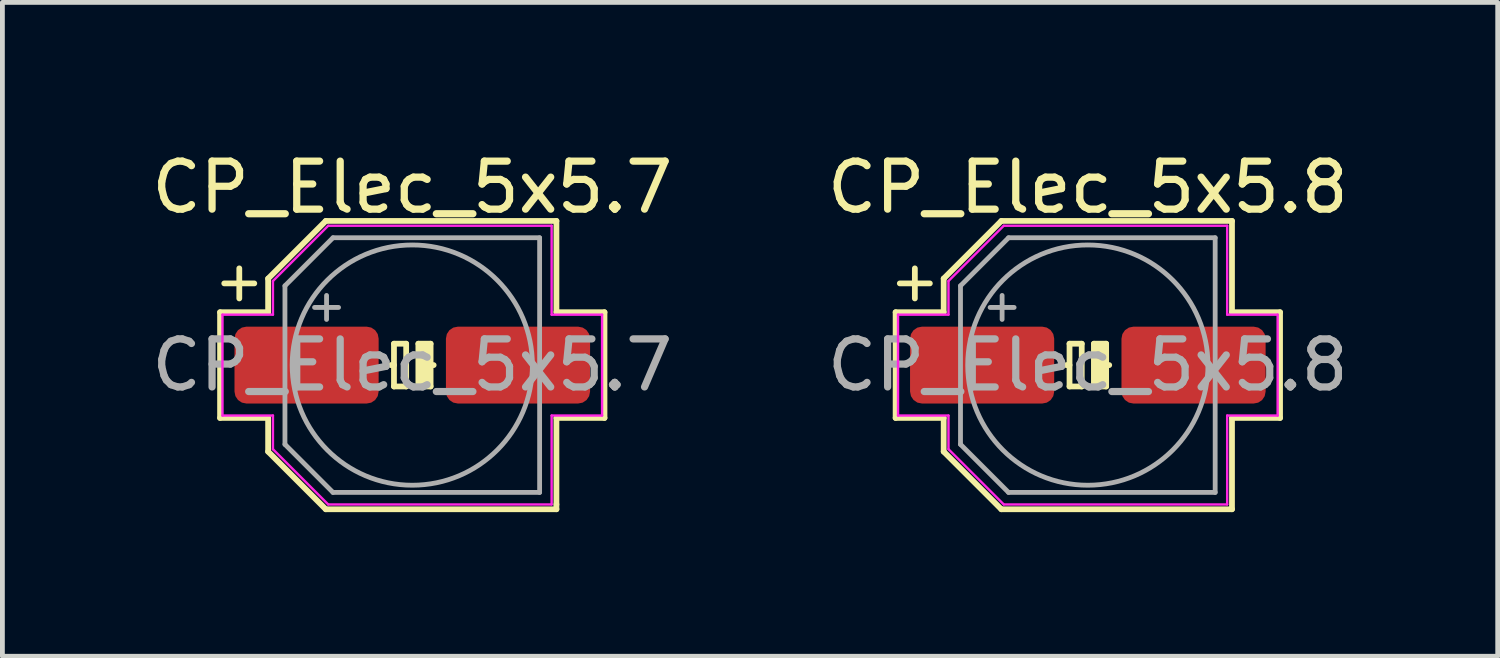
<source format=kicad_pcb>
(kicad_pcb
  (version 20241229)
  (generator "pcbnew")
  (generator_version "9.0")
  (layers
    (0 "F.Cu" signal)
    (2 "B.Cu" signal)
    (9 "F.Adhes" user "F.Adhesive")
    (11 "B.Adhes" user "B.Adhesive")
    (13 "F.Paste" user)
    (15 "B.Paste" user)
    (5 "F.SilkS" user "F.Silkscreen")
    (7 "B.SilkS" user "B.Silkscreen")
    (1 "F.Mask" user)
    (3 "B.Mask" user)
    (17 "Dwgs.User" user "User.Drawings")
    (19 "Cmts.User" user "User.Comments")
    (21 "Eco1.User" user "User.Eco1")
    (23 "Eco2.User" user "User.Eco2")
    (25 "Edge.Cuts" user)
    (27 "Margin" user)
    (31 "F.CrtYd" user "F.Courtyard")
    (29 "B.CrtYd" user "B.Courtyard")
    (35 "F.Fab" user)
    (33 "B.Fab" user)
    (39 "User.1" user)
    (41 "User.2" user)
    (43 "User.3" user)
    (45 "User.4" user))
  (footprint "CP_Elec_5x5.8"
    (layer "F.Cu")
    (at 19.589 4.548)
    (property "Reference" "CP_Elec_5x5.8" (at 0 -3.7 0) (layer "F.SilkS") (effects (font (size 1 1) (thickness 0.15))))
    (attr smd)
    (fp_line (start -4 -1.1) (end -4 1.1) (stroke (width 0.12) (type solid)) (layer "F.SilkS"))
    (fp_line (start -4 1.1) (end -3 1.1) (stroke (width 0.12) (type solid)) (layer "F.SilkS"))
    (fp_line (start -3.913 -1.7) (end -3.288 -1.7) (stroke (width 0.12) (type solid)) (layer "F.SilkS"))
    (fp_line (start -3.6 -2.013) (end -3.6 -1.387) (stroke (width 0.12) (type solid)) (layer "F.SilkS"))
    (fp_line (start -3 -1.8) (end -3 -1.1) (stroke (width 0.12) (type solid)) (layer "F.SilkS"))
    (fp_line (start -3 -1.1) (end -4 -1.1) (stroke (width 0.12) (type solid)) (layer "F.SilkS"))
    (fp_line (start -3 1.1) (end -3 1.8) (stroke (width 0.12) (type solid)) (layer "F.SilkS"))
    (fp_line (start -3 1.8) (end -1.8 3) (stroke (width 0.12) (type solid)) (layer "F.SilkS"))
    (fp_line (start -1.8 -3) (end -3 -1.8) (stroke (width 0.12) (type solid)) (layer "F.SilkS"))
    (fp_line (start -1.8 3) (end 3 3) (stroke (width 0.12) (type solid)) (layer "F.SilkS"))
    (fp_line (start -0.381 0) (end -0.445 0) (stroke (width 0.12) (type solid)) (layer "F.SilkS"))
    (fp_line (start -0.381 0.445) (end -0.381 -0.445) (stroke (width 0.12) (type solid)) (layer "F.SilkS"))
    (fp_line (start -0.381 0.445) (end -0.127 0.445) (stroke (width 0.12) (type solid)) (layer "F.SilkS"))
    (fp_line (start -0.127 -0.445) (end -0.381 -0.445) (stroke (width 0.12) (type solid)) (layer "F.SilkS"))
    (fp_line (start -0.127 -0.445) (end -0.127 0.445) (stroke (width 0.12) (type solid)) (layer "F.SilkS"))
    (fp_line (start 0.127 -0.445) (end 0.127 -0.191) (stroke (width 0.12) (type solid)) (layer "F.SilkS"))
    (fp_line (start 0.127 -0.445) (end 0.381 -0.445) (stroke (width 0.12) (type solid)) (layer "F.SilkS"))
    (fp_line (start 0.127 -0.191) (end 0.127 0.445) (stroke (width 0.12) (type solid)) (layer "F.SilkS"))
    (fp_line (start 0.381 0) (end 0.445 0) (stroke (width 0.12) (type solid)) (layer "F.SilkS"))
    (fp_line (start 0.381 0.445) (end 0.127 0.445) (stroke (width 0.12) (type solid)) (layer "F.SilkS"))
    (fp_line (start 0.381 0.445) (end 0.381 -0.445) (stroke (width 0.12) (type solid)) (layer "F.SilkS"))
    (fp_line (start 3 -3) (end -1.8 -3) (stroke (width 0.12) (type solid)) (layer "F.SilkS"))
    (fp_line (start 3 -1.1) (end 3 -3) (stroke (width 0.12) (type solid)) (layer "F.SilkS"))
    (fp_line (start 3 1.1) (end 4 1.1) (stroke (width 0.12) (type solid)) (layer "F.SilkS"))
    (fp_line (start 3 3) (end 3 1.1) (stroke (width 0.12) (type solid)) (layer "F.SilkS"))
    (fp_line (start 4 -1.1) (end 3 -1.1) (stroke (width 0.12) (type solid)) (layer "F.SilkS"))
    (fp_line (start 4 1.1) (end 4 -1.1) (stroke (width 0.12) (type solid)) (layer "F.SilkS"))
    (fp_poly (pts (xy 0.381 0.445) (xy 0.127 0.445) (xy 0.127 -0.445) (xy 0.381 -0.445)) (stroke (width 0.1) (type solid)) (fill yes) (layer "F.SilkS"))
    (fp_line (start -3.95 -1.05) (end -3.95 1.05) (stroke (width 0.05) (type solid)) (layer "F.CrtYd"))
    (fp_line (start -3.95 1.05) (end -2.9 1.05) (stroke (width 0.05) (type solid)) (layer "F.CrtYd"))
    (fp_line (start -2.9 -1.75) (end -2.9 -1.05) (stroke (width 0.05) (type solid)) (layer "F.CrtYd"))
    (fp_line (start -2.9 -1.75) (end -1.75 -2.9) (stroke (width 0.05) (type solid)) (layer "F.CrtYd"))
    (fp_line (start -2.9 -1.05) (end -3.95 -1.05) (stroke (width 0.05) (type solid)) (layer "F.CrtYd"))
    (fp_line (start -2.9 1.05) (end -2.9 1.75) (stroke (width 0.05) (type solid)) (layer "F.CrtYd"))
    (fp_line (start -2.9 1.75) (end -1.75 2.9) (stroke (width 0.05) (type solid)) (layer "F.CrtYd"))
    (fp_line (start -1.75 -2.9) (end 2.9 -2.9) (stroke (width 0.05) (type solid)) (layer "F.CrtYd"))
    (fp_line (start -1.75 2.9) (end 2.9 2.9) (stroke (width 0.05) (type solid)) (layer "F.CrtYd"))
    (fp_line (start 2.9 -2.9) (end 2.9 -1.05) (stroke (width 0.05) (type solid)) (layer "F.CrtYd"))
    (fp_line (start 2.9 -1.05) (end 3.95 -1.05) (stroke (width 0.05) (type solid)) (layer "F.CrtYd"))
    (fp_line (start 2.9 1.05) (end 2.9 2.9) (stroke (width 0.05) (type solid)) (layer "F.CrtYd"))
    (fp_line (start 3.95 -1.05) (end 3.95 1.05) (stroke (width 0.05) (type solid)) (layer "F.CrtYd"))
    (fp_line (start 3.95 1.05) (end 2.9 1.05) (stroke (width 0.05) (type solid)) (layer "F.CrtYd"))
    (fp_line (start -2.65 -1.65) (end -2.65 1.65) (stroke (width 0.1) (type solid)) (layer "F.Fab"))
    (fp_line (start -2.65 -1.65) (end -1.65 -2.65) (stroke (width 0.1) (type solid)) (layer "F.Fab"))
    (fp_line (start -2.65 1.65) (end -1.65 2.65) (stroke (width 0.1) (type solid)) (layer "F.Fab"))
    (fp_line (start -2.034 -1.2) (end -1.534 -1.2) (stroke (width 0.1) (type solid)) (layer "F.Fab"))
    (fp_line (start -1.784 -1.45) (end -1.784 -0.95) (stroke (width 0.1) (type solid)) (layer "F.Fab"))
    (fp_line (start -1.65 -2.65) (end 2.65 -2.65) (stroke (width 0.1) (type solid)) (layer "F.Fab"))
    (fp_line (start -1.65 2.65) (end 2.65 2.65) (stroke (width 0.1) (type solid)) (layer "F.Fab"))
    (fp_line (start 2.65 -2.65) (end 2.65 2.65) (stroke (width 0.1) (type solid)) (layer "F.Fab"))
    (fp_circle (center 0 0) (end 2.5 0) (stroke (width 0.1) (type solid)) (fill no) (layer "F.Fab"))
    (fp_text user "${REFERENCE}" (at 0 0 0) (layer "F.Fab") (effects (font (size 1 1) (thickness 0.15))))
    (pad "1" smd roundrect (at -2.2 0) (size 3 1.6) (layers "F.Cu" "F.Mask" "F.Paste") (roundrect_rratio 0.156))
    (pad "2" smd roundrect (at 2.2 0) (size 3 1.6) (layers "F.Cu" "F.Mask" "F.Paste") (roundrect_rratio 0.156)))
  (footprint "CP_Elec_5x5.7"
    (layer "F.Cu")
    (at 5.53 4.548)
    (property "Reference" "CP_Elec_5x5.7" (at 0 -3.7 0) (layer "F.SilkS") (effects (font (size 1 1) (thickness 0.15))))
    (attr smd)
    (fp_line (start -4 -1.1) (end -3 -1.1) (stroke (width 0.12) (type solid)) (layer "F.SilkS"))
    (fp_line (start -4 1.1) (end -4 -1.1) (stroke (width 0.12) (type solid)) (layer "F.SilkS"))
    (fp_line (start -3.913 -1.7) (end -3.288 -1.7) (stroke (width 0.12) (type solid)) (layer "F.SilkS"))
    (fp_line (start -3.6 -2.013) (end -3.6 -1.387) (stroke (width 0.12) (type solid)) (layer "F.SilkS"))
    (fp_line (start -3 -1.8) (end -1.8 -3) (stroke (width 0.12) (type solid)) (layer "F.SilkS"))
    (fp_line (start -3 -1.1) (end -3 -1.8) (stroke (width 0.12) (type solid)) (layer "F.SilkS"))
    (fp_line (start -3 1.1) (end -4 1.1) (stroke (width 0.12) (type solid)) (layer "F.SilkS"))
    (fp_line (start -3 1.8) (end -3 1.1) (stroke (width 0.12) (type solid)) (layer "F.SilkS"))
    (fp_line (start -1.8 -3) (end 3 -3) (stroke (width 0.12) (type solid)) (layer "F.SilkS"))
    (fp_line (start -1.8 3) (end -3 1.8) (stroke (width 0.12) (type solid)) (layer "F.SilkS"))
    (fp_line (start -0.381 0) (end -0.445 0) (stroke (width 0.12) (type solid)) (layer "F.SilkS"))
    (fp_line (start -0.381 0.445) (end -0.381 -0.445) (stroke (width 0.12) (type solid)) (layer "F.SilkS"))
    (fp_line (start -0.381 0.445) (end -0.127 0.445) (stroke (width 0.12) (type solid)) (layer "F.SilkS"))
    (fp_line (start -0.127 -0.445) (end -0.381 -0.445) (stroke (width 0.12) (type solid)) (layer "F.SilkS"))
    (fp_line (start -0.127 -0.445) (end -0.127 0.445) (stroke (width 0.12) (type solid)) (layer "F.SilkS"))
    (fp_line (start 0.127 -0.445) (end 0.127 -0.191) (stroke (width 0.12) (type solid)) (layer "F.SilkS"))
    (fp_line (start 0.127 -0.445) (end 0.381 -0.445) (stroke (width 0.12) (type solid)) (layer "F.SilkS"))
    (fp_line (start 0.127 -0.191) (end 0.127 0.445) (stroke (width 0.12) (type solid)) (layer "F.SilkS"))
    (fp_line (start 0.381 0) (end 0.445 0) (stroke (width 0.12) (type solid)) (layer "F.SilkS"))
    (fp_line (start 0.381 0.445) (end 0.127 0.445) (stroke (width 0.12) (type solid)) (layer "F.SilkS"))
    (fp_line (start 0.381 0.445) (end 0.381 -0.445) (stroke (width 0.12) (type solid)) (layer "F.SilkS"))
    (fp_line (start 3 -3) (end 3 -1.1) (stroke (width 0.12) (type solid)) (layer "F.SilkS"))
    (fp_line (start 3 -1.1) (end 4 -1.1) (stroke (width 0.12) (type solid)) (layer "F.SilkS"))
    (fp_line (start 3 1.1) (end 3 2.9) (stroke (width 0.12) (type solid)) (layer "F.SilkS"))
    (fp_line (start 3 2.9) (end 3 3) (stroke (width 0.12) (type solid)) (layer "F.SilkS"))
    (fp_line (start 3 3) (end -1.8 3) (stroke (width 0.12) (type solid)) (layer "F.SilkS"))
    (fp_line (start 4 -1.1) (end 4 1.1) (stroke (width 0.12) (type solid)) (layer "F.SilkS"))
    (fp_line (start 4 1.1) (end 3 1.1) (stroke (width 0.12) (type solid)) (layer "F.SilkS"))
    (fp_poly (pts (xy 0.381 0.445) (xy 0.127 0.445) (xy 0.127 -0.445) (xy 0.381 -0.445)) (stroke (width 0.1) (type solid)) (fill yes) (layer "F.SilkS"))
    (fp_line (start -3.95 -1.05) (end -3.95 1.05) (stroke (width 0.05) (type solid)) (layer "F.CrtYd"))
    (fp_line (start -3.95 1.05) (end -2.9 1.05) (stroke (width 0.05) (type solid)) (layer "F.CrtYd"))
    (fp_line (start -2.9 -1.75) (end -2.9 -1.05) (stroke (width 0.05) (type solid)) (layer "F.CrtYd"))
    (fp_line (start -2.9 -1.75) (end -1.75 -2.9) (stroke (width 0.05) (type solid)) (layer "F.CrtYd"))
    (fp_line (start -2.9 -1.05) (end -3.95 -1.05) (stroke (width 0.05) (type solid)) (layer "F.CrtYd"))
    (fp_line (start -2.9 1.05) (end -2.9 1.75) (stroke (width 0.05) (type solid)) (layer "F.CrtYd"))
    (fp_line (start -2.9 1.75) (end -1.75 2.9) (stroke (width 0.05) (type solid)) (layer "F.CrtYd"))
    (fp_line (start -1.75 -2.9) (end 2.9 -2.9) (stroke (width 0.05) (type solid)) (layer "F.CrtYd"))
    (fp_line (start -1.75 2.9) (end 2.9 2.9) (stroke (width 0.05) (type solid)) (layer "F.CrtYd"))
    (fp_line (start 2.9 -2.9) (end 2.9 -1.05) (stroke (width 0.05) (type solid)) (layer "F.CrtYd"))
    (fp_line (start 2.9 -1.05) (end 3.95 -1.05) (stroke (width 0.05) (type solid)) (layer "F.CrtYd"))
    (fp_line (start 2.9 1.05) (end 2.9 2.9) (stroke (width 0.05) (type solid)) (layer "F.CrtYd"))
    (fp_line (start 3.95 -1.05) (end 3.95 1.05) (stroke (width 0.05) (type solid)) (layer "F.CrtYd"))
    (fp_line (start 3.95 1.05) (end 2.9 1.05) (stroke (width 0.05) (type solid)) (layer "F.CrtYd"))
    (fp_line (start -2.65 -1.65) (end -2.65 1.65) (stroke (width 0.1) (type solid)) (layer "F.Fab"))
    (fp_line (start -2.65 -1.65) (end -1.65 -2.65) (stroke (width 0.1) (type solid)) (layer "F.Fab"))
    (fp_line (start -2.65 1.65) (end -1.65 2.65) (stroke (width 0.1) (type solid)) (layer "F.Fab"))
    (fp_line (start -2.034 -1.2) (end -1.534 -1.2) (stroke (width 0.1) (type solid)) (layer "F.Fab"))
    (fp_line (start -1.784 -1.45) (end -1.784 -0.95) (stroke (width 0.1) (type solid)) (layer "F.Fab"))
    (fp_line (start -1.65 -2.65) (end 2.65 -2.65) (stroke (width 0.1) (type solid)) (layer "F.Fab"))
    (fp_line (start -1.65 2.65) (end 2.65 2.65) (stroke (width 0.1) (type solid)) (layer "F.Fab"))
    (fp_line (start 2.65 -2.65) (end 2.65 2.65) (stroke (width 0.1) (type solid)) (layer "F.Fab"))
    (fp_circle (center 0 0) (end 2.5 0) (stroke (width 0.1) (type solid)) (fill no) (layer "F.Fab"))
    (fp_text user "${REFERENCE}" (at 0 0 0) (layer "F.Fab") (effects (font (size 1 1) (thickness 0.15))))
    (pad "1" smd roundrect (at -2.2 0) (size 3 1.6) (layers "F.Cu" "F.Mask" "F.Paste") (roundrect_rratio 0.156))
    (pad "2" smd roundrect (at 2.2 0) (size 3 1.6) (layers "F.Cu" "F.Mask" "F.Paste") (roundrect_rratio 0.156)))
  (gr_rect
    (start -3 -3)
    (end 28.119 10.608)
    (stroke (width 0.1) (type default))
    (fill no)
    (layer "Edge.Cuts")))
</source>
